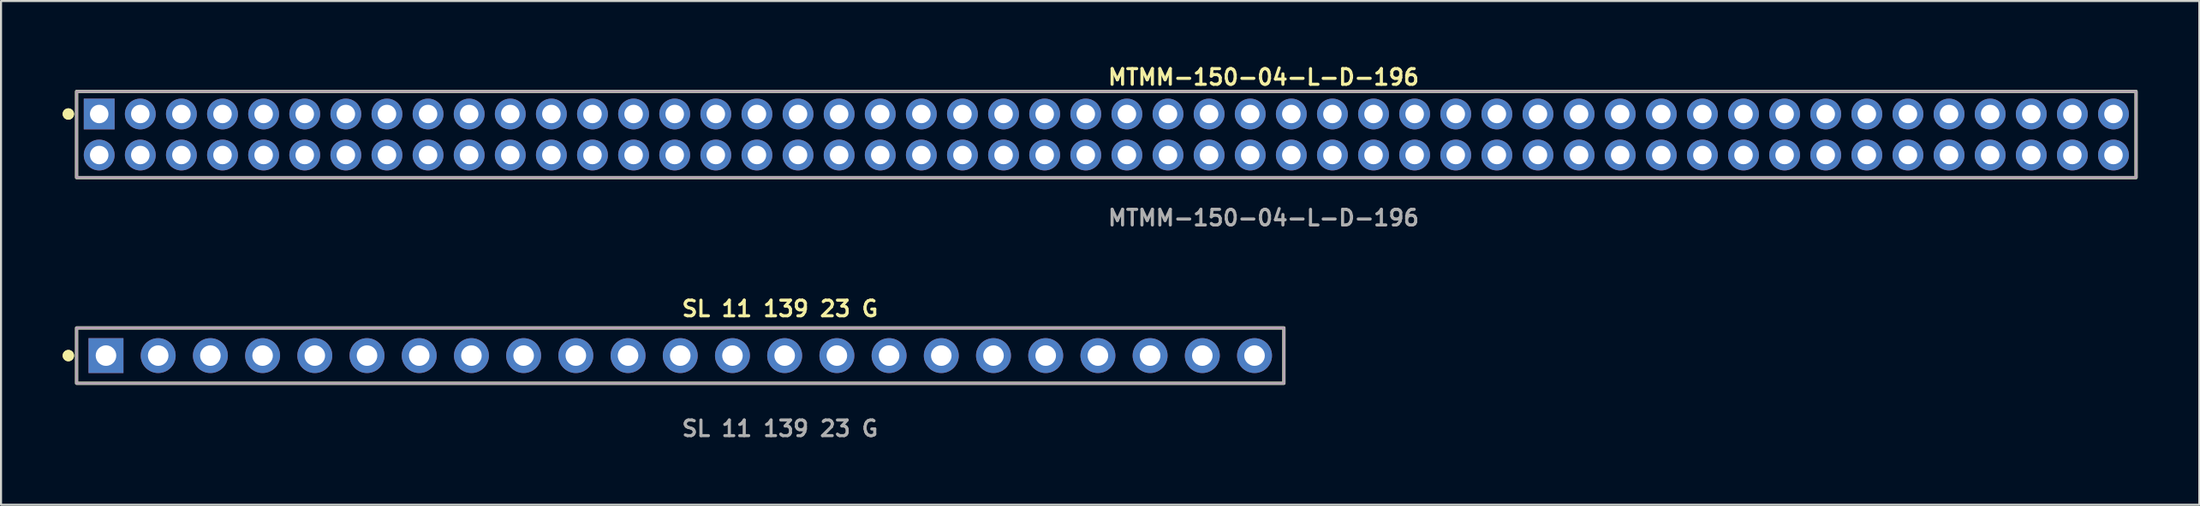
<source format=kicad_pcb>
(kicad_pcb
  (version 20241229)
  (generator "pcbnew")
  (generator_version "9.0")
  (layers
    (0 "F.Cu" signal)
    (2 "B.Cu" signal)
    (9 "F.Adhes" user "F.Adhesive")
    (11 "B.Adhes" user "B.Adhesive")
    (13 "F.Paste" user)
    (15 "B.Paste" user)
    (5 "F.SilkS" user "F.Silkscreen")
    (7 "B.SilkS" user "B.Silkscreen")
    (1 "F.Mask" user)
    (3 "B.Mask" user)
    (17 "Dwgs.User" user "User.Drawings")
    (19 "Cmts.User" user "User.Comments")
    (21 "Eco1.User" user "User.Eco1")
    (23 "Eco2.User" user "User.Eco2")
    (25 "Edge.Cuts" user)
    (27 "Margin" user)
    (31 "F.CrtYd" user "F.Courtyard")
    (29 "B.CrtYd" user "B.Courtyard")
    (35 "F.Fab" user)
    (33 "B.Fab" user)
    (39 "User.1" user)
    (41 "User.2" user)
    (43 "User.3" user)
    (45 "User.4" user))
  (footprint "MTMM-150-04-L-D-196"
    (layer "F.Cu")
    (at 50.776 3.507)
    (property "Reference" "MTMM-150-04-L-D-196" (at 0 -2.794 0) (unlocked yes) (layer "F.SilkS") (effects (font (size 0.762 0.762) (thickness 0.152)) (justify left)))
    (fp_rect (start -50.1 2.1) (end 50.1 -2.1) (stroke (width 0.152) (type solid)) (fill no) (layer "F.SilkS"))
    (fp_circle (center -50.5 -1) (end -50.7 -1) (stroke (width 0.152) (type solid)) (fill yes) (layer "F.SilkS"))
    (fp_circle (center -50.5 -1) (end -50.7 -1) (stroke (width 0.152) (type solid)) (fill yes) (layer "F.SilkS"))
    (fp_rect (start -50.1 2.1) (end 50.1 -2.1) (stroke (width 0.006) (type solid)) (fill no) (layer "F.CrtYd"))
    (fp_rect (start -50.1 2.1) (end 50.1 -2.1) (stroke (width 0.152) (type solid)) (fill no) (layer "F.Fab"))
    (fp_text user "${REFERENCE}" (at 0 4.064 0) (unlocked yes) (layer "F.Fab") (effects (font (size 0.762 0.762) (thickness 0.152)) (justify left)))
    (pad "1" thru_hole rect (at -49 -1) (size 1.5 1.5) (drill 0.9) (layers "*.Cu" "*.Mask"))
    (pad "2" thru_hole circle (at -49 1) (size 1.5 1.5) (drill 0.9) (layers "*.Cu" "*.Mask"))
    (pad "3" thru_hole circle (at -47 -1) (size 1.5 1.5) (drill 0.9) (layers "*.Cu" "*.Mask"))
    (pad "4" thru_hole circle (at -47 1) (size 1.5 1.5) (drill 0.9) (layers "*.Cu" "*.Mask"))
    (pad "5" thru_hole circle (at -45 -1) (size 1.5 1.5) (drill 0.9) (layers "*.Cu" "*.Mask"))
    (pad "6" thru_hole circle (at -45 1) (size 1.5 1.5) (drill 0.9) (layers "*.Cu" "*.Mask"))
    (pad "7" thru_hole circle (at -43 -1) (size 1.5 1.5) (drill 0.9) (layers "*.Cu" "*.Mask"))
    (pad "8" thru_hole circle (at -43 1) (size 1.5 1.5) (drill 0.9) (layers "*.Cu" "*.Mask"))
    (pad "9" thru_hole circle (at -41 -1) (size 1.5 1.5) (drill 0.9) (layers "*.Cu" "*.Mask"))
    (pad "10" thru_hole circle (at -41 1) (size 1.5 1.5) (drill 0.9) (layers "*.Cu" "*.Mask"))
    (pad "11" thru_hole circle (at -39 -1) (size 1.5 1.5) (drill 0.9) (layers "*.Cu" "*.Mask"))
    (pad "12" thru_hole circle (at -39 1) (size 1.5 1.5) (drill 0.9) (layers "*.Cu" "*.Mask"))
    (pad "13" thru_hole circle (at -37 -1) (size 1.5 1.5) (drill 0.9) (layers "*.Cu" "*.Mask"))
    (pad "14" thru_hole circle (at -37 1) (size 1.5 1.5) (drill 0.9) (layers "*.Cu" "*.Mask"))
    (pad "15" thru_hole circle (at -35 -1) (size 1.5 1.5) (drill 0.9) (layers "*.Cu" "*.Mask"))
    (pad "16" thru_hole circle (at -35 1) (size 1.5 1.5) (drill 0.9) (layers "*.Cu" "*.Mask"))
    (pad "17" thru_hole circle (at -33 -1) (size 1.5 1.5) (drill 0.9) (layers "*.Cu" "*.Mask"))
    (pad "18" thru_hole circle (at -33 1) (size 1.5 1.5) (drill 0.9) (layers "*.Cu" "*.Mask"))
    (pad "19" thru_hole circle (at -31 -1) (size 1.5 1.5) (drill 0.9) (layers "*.Cu" "*.Mask"))
    (pad "20" thru_hole circle (at -31 1) (size 1.5 1.5) (drill 0.9) (layers "*.Cu" "*.Mask"))
    (pad "21" thru_hole circle (at -29 -1) (size 1.5 1.5) (drill 0.9) (layers "*.Cu" "*.Mask"))
    (pad "22" thru_hole circle (at -29 1) (size 1.5 1.5) (drill 0.9) (layers "*.Cu" "*.Mask"))
    (pad "23" thru_hole circle (at -27 -1) (size 1.5 1.5) (drill 0.9) (layers "*.Cu" "*.Mask"))
    (pad "24" thru_hole circle (at -27 1) (size 1.5 1.5) (drill 0.9) (layers "*.Cu" "*.Mask"))
    (pad "25" thru_hole circle (at -25 -1) (size 1.5 1.5) (drill 0.9) (layers "*.Cu" "*.Mask"))
    (pad "26" thru_hole circle (at -25 1) (size 1.5 1.5) (drill 0.9) (layers "*.Cu" "*.Mask"))
    (pad "27" thru_hole circle (at -23 -1) (size 1.5 1.5) (drill 0.9) (layers "*.Cu" "*.Mask"))
    (pad "28" thru_hole circle (at -23 1) (size 1.5 1.5) (drill 0.9) (layers "*.Cu" "*.Mask"))
    (pad "29" thru_hole circle (at -21 -1) (size 1.5 1.5) (drill 0.9) (layers "*.Cu" "*.Mask"))
    (pad "30" thru_hole circle (at -21 1) (size 1.5 1.5) (drill 0.9) (layers "*.Cu" "*.Mask"))
    (pad "31" thru_hole circle (at -19 -1) (size 1.5 1.5) (drill 0.9) (layers "*.Cu" "*.Mask"))
    (pad "32" thru_hole circle (at -19 1) (size 1.5 1.5) (drill 0.9) (layers "*.Cu" "*.Mask"))
    (pad "33" thru_hole circle (at -17 -1) (size 1.5 1.5) (drill 0.9) (layers "*.Cu" "*.Mask"))
    (pad "34" thru_hole circle (at -17 1) (size 1.5 1.5) (drill 0.9) (layers "*.Cu" "*.Mask"))
    (pad "35" thru_hole circle (at -15 -1) (size 1.5 1.5) (drill 0.9) (layers "*.Cu" "*.Mask"))
    (pad "36" thru_hole circle (at -15 1) (size 1.5 1.5) (drill 0.9) (layers "*.Cu" "*.Mask"))
    (pad "37" thru_hole circle (at -13 -1) (size 1.5 1.5) (drill 0.9) (layers "*.Cu" "*.Mask"))
    (pad "38" thru_hole circle (at -13 1) (size 1.5 1.5) (drill 0.9) (layers "*.Cu" "*.Mask"))
    (pad "39" thru_hole circle (at -11 -1) (size 1.5 1.5) (drill 0.9) (layers "*.Cu" "*.Mask"))
    (pad "40" thru_hole circle (at -11 1) (size 1.5 1.5) (drill 0.9) (layers "*.Cu" "*.Mask"))
    (pad "41" thru_hole circle (at -9 -1) (size 1.5 1.5) (drill 0.9) (layers "*.Cu" "*.Mask"))
    (pad "42" thru_hole circle (at -9 1) (size 1.5 1.5) (drill 0.9) (layers "*.Cu" "*.Mask"))
    (pad "43" thru_hole circle (at -7 -1) (size 1.5 1.5) (drill 0.9) (layers "*.Cu" "*.Mask"))
    (pad "44" thru_hole circle (at -7 1) (size 1.5 1.5) (drill 0.9) (layers "*.Cu" "*.Mask"))
    (pad "45" thru_hole circle (at -5 -1) (size 1.5 1.5) (drill 0.9) (layers "*.Cu" "*.Mask"))
    (pad "46" thru_hole circle (at -5 1) (size 1.5 1.5) (drill 0.9) (layers "*.Cu" "*.Mask"))
    (pad "47" thru_hole circle (at -3 -1) (size 1.5 1.5) (drill 0.9) (layers "*.Cu" "*.Mask"))
    (pad "48" thru_hole circle (at -3 1) (size 1.5 1.5) (drill 0.9) (layers "*.Cu" "*.Mask"))
    (pad "49" thru_hole circle (at -1 -1) (size 1.5 1.5) (drill 0.9) (layers "*.Cu" "*.Mask"))
    (pad "50" thru_hole circle (at -1 1) (size 1.5 1.5) (drill 0.9) (layers "*.Cu" "*.Mask"))
    (pad "51" thru_hole circle (at 1 -1) (size 1.5 1.5) (drill 0.9) (layers "*.Cu" "*.Mask"))
    (pad "52" thru_hole circle (at 1 1) (size 1.5 1.5) (drill 0.9) (layers "*.Cu" "*.Mask"))
    (pad "53" thru_hole circle (at 3 -1) (size 1.5 1.5) (drill 0.9) (layers "*.Cu" "*.Mask"))
    (pad "54" thru_hole circle (at 3 1) (size 1.5 1.5) (drill 0.9) (layers "*.Cu" "*.Mask"))
    (pad "55" thru_hole circle (at 5 -1) (size 1.5 1.5) (drill 0.9) (layers "*.Cu" "*.Mask"))
    (pad "56" thru_hole circle (at 5 1) (size 1.5 1.5) (drill 0.9) (layers "*.Cu" "*.Mask"))
    (pad "57" thru_hole circle (at 7 -1) (size 1.5 1.5) (drill 0.9) (layers "*.Cu" "*.Mask"))
    (pad "58" thru_hole circle (at 7 1) (size 1.5 1.5) (drill 0.9) (layers "*.Cu" "*.Mask"))
    (pad "59" thru_hole circle (at 9 -1) (size 1.5 1.5) (drill 0.9) (layers "*.Cu" "*.Mask"))
    (pad "60" thru_hole circle (at 9 1) (size 1.5 1.5) (drill 0.9) (layers "*.Cu" "*.Mask"))
    (pad "61" thru_hole circle (at 11 -1) (size 1.5 1.5) (drill 0.9) (layers "*.Cu" "*.Mask"))
    (pad "62" thru_hole circle (at 11 1) (size 1.5 1.5) (drill 0.9) (layers "*.Cu" "*.Mask"))
    (pad "63" thru_hole circle (at 13 -1) (size 1.5 1.5) (drill 0.9) (layers "*.Cu" "*.Mask"))
    (pad "64" thru_hole circle (at 13 1) (size 1.5 1.5) (drill 0.9) (layers "*.Cu" "*.Mask"))
    (pad "65" thru_hole circle (at 15 -1) (size 1.5 1.5) (drill 0.9) (layers "*.Cu" "*.Mask"))
    (pad "66" thru_hole circle (at 15 1) (size 1.5 1.5) (drill 0.9) (layers "*.Cu" "*.Mask"))
    (pad "67" thru_hole circle (at 17 -1) (size 1.5 1.5) (drill 0.9) (layers "*.Cu" "*.Mask"))
    (pad "68" thru_hole circle (at 17 1) (size 1.5 1.5) (drill 0.9) (layers "*.Cu" "*.Mask"))
    (pad "69" thru_hole circle (at 19 -1) (size 1.5 1.5) (drill 0.9) (layers "*.Cu" "*.Mask"))
    (pad "70" thru_hole circle (at 19 1) (size 1.5 1.5) (drill 0.9) (layers "*.Cu" "*.Mask"))
    (pad "71" thru_hole circle (at 21 -1) (size 1.5 1.5) (drill 0.9) (layers "*.Cu" "*.Mask"))
    (pad "72" thru_hole circle (at 21 1) (size 1.5 1.5) (drill 0.9) (layers "*.Cu" "*.Mask"))
    (pad "73" thru_hole circle (at 23 -1) (size 1.5 1.5) (drill 0.9) (layers "*.Cu" "*.Mask"))
    (pad "74" thru_hole circle (at 23 1) (size 1.5 1.5) (drill 0.9) (layers "*.Cu" "*.Mask"))
    (pad "75" thru_hole circle (at 25 -1) (size 1.5 1.5) (drill 0.9) (layers "*.Cu" "*.Mask"))
    (pad "76" thru_hole circle (at 25 1) (size 1.5 1.5) (drill 0.9) (layers "*.Cu" "*.Mask"))
    (pad "77" thru_hole circle (at 27 -1) (size 1.5 1.5) (drill 0.9) (layers "*.Cu" "*.Mask"))
    (pad "78" thru_hole circle (at 27 1) (size 1.5 1.5) (drill 0.9) (layers "*.Cu" "*.Mask"))
    (pad "79" thru_hole circle (at 29 -1) (size 1.5 1.5) (drill 0.9) (layers "*.Cu" "*.Mask"))
    (pad "80" thru_hole circle (at 29 1) (size 1.5 1.5) (drill 0.9) (layers "*.Cu" "*.Mask"))
    (pad "81" thru_hole circle (at 31 -1) (size 1.5 1.5) (drill 0.9) (layers "*.Cu" "*.Mask"))
    (pad "82" thru_hole circle (at 31 1) (size 1.5 1.5) (drill 0.9) (layers "*.Cu" "*.Mask"))
    (pad "83" thru_hole circle (at 33 -1) (size 1.5 1.5) (drill 0.9) (layers "*.Cu" "*.Mask"))
    (pad "84" thru_hole circle (at 33 1) (size 1.5 1.5) (drill 0.9) (layers "*.Cu" "*.Mask"))
    (pad "85" thru_hole circle (at 35 -1) (size 1.5 1.5) (drill 0.9) (layers "*.Cu" "*.Mask"))
    (pad "86" thru_hole circle (at 35 1) (size 1.5 1.5) (drill 0.9) (layers "*.Cu" "*.Mask"))
    (pad "87" thru_hole circle (at 37 -1) (size 1.5 1.5) (drill 0.9) (layers "*.Cu" "*.Mask"))
    (pad "88" thru_hole circle (at 37 1) (size 1.5 1.5) (drill 0.9) (layers "*.Cu" "*.Mask"))
    (pad "89" thru_hole circle (at 39 -1) (size 1.5 1.5) (drill 0.9) (layers "*.Cu" "*.Mask"))
    (pad "90" thru_hole circle (at 39 1) (size 1.5 1.5) (drill 0.9) (layers "*.Cu" "*.Mask"))
    (pad "91" thru_hole circle (at 41 -1) (size 1.5 1.5) (drill 0.9) (layers "*.Cu" "*.Mask"))
    (pad "92" thru_hole circle (at 41 1) (size 1.5 1.5) (drill 0.9) (layers "*.Cu" "*.Mask"))
    (pad "93" thru_hole circle (at 43 -1) (size 1.5 1.5) (drill 0.9) (layers "*.Cu" "*.Mask"))
    (pad "94" thru_hole circle (at 43 1) (size 1.5 1.5) (drill 0.9) (layers "*.Cu" "*.Mask"))
    (pad "95" thru_hole circle (at 45 -1) (size 1.5 1.5) (drill 0.9) (layers "*.Cu" "*.Mask"))
    (pad "96" thru_hole circle (at 45 1) (size 1.5 1.5) (drill 0.9) (layers "*.Cu" "*.Mask"))
    (pad "97" thru_hole circle (at 47 -1) (size 1.5 1.5) (drill 0.9) (layers "*.Cu" "*.Mask"))
    (pad "98" thru_hole circle (at 47 1) (size 1.5 1.5) (drill 0.9) (layers "*.Cu" "*.Mask"))
    (pad "99" thru_hole circle (at 49 -1) (size 1.5 1.5) (drill 0.9) (layers "*.Cu" "*.Mask"))
    (pad "100" thru_hole circle (at 49 1) (size 1.5 1.5) (drill 0.9) (layers "*.Cu" "*.Mask")))
  (footprint "SL 11 139 23 G"
    (layer "F.Cu")
    (at 30.046 14.284)
    (property "Reference" "SL 11 139 23 G" (at 0 -2.286 0) (unlocked yes) (layer "F.SilkS") (effects (font (size 0.762 0.762) (thickness 0.152)) (justify left)))
    (fp_rect (start -29.37 1.35) (end 29.37 -1.35) (stroke (width 0.152) (type solid)) (fill no) (layer "F.SilkS"))
    (fp_circle (center -29.77 0) (end -29.97 0) (stroke (width 0.152) (type solid)) (fill yes) (layer "F.SilkS"))
    (fp_circle (center -29.77 0) (end -29.97 0) (stroke (width 0.152) (type solid)) (fill yes) (layer "F.SilkS"))
    (fp_rect (start -29.37 1.35) (end 29.37 -1.35) (stroke (width 0.006) (type solid)) (fill no) (layer "F.CrtYd"))
    (fp_rect (start -29.37 1.35) (end 29.37 -1.35) (stroke (width 0.152) (type solid)) (fill no) (layer "F.Fab"))
    (fp_text user "${REFERENCE}" (at 0 3.556 0) (unlocked yes) (layer "F.Fab") (effects (font (size 0.762 0.762) (thickness 0.152)) (justify left)))
    (pad "1" thru_hole rect (at -27.94 0) (size 1.7 1.7) (drill 1) (layers "*.Cu" "*.Mask"))
    (pad "2" thru_hole circle (at -25.4 0) (size 1.7 1.7) (drill 1) (layers "*.Cu" "*.Mask"))
    (pad "3" thru_hole circle (at -22.86 0) (size 1.7 1.7) (drill 1) (layers "*.Cu" "*.Mask"))
    (pad "4" thru_hole circle (at -20.32 0) (size 1.7 1.7) (drill 1) (layers "*.Cu" "*.Mask"))
    (pad "5" thru_hole circle (at -17.78 0) (size 1.7 1.7) (drill 1) (layers "*.Cu" "*.Mask"))
    (pad "6" thru_hole circle (at -15.24 0) (size 1.7 1.7) (drill 1) (layers "*.Cu" "*.Mask"))
    (pad "7" thru_hole circle (at -12.7 0) (size 1.7 1.7) (drill 1) (layers "*.Cu" "*.Mask"))
    (pad "8" thru_hole circle (at -10.16 0) (size 1.7 1.7) (drill 1) (layers "*.Cu" "*.Mask"))
    (pad "9" thru_hole circle (at -7.62 0) (size 1.7 1.7) (drill 1) (layers "*.Cu" "*.Mask"))
    (pad "10" thru_hole circle (at -5.08 0) (size 1.7 1.7) (drill 1) (layers "*.Cu" "*.Mask"))
    (pad "11" thru_hole circle (at -2.54 0) (size 1.7 1.7) (drill 1) (layers "*.Cu" "*.Mask"))
    (pad "12" thru_hole circle (at 0 0) (size 1.7 1.7) (drill 1) (layers "*.Cu" "*.Mask"))
    (pad "13" thru_hole circle (at 2.54 0) (size 1.7 1.7) (drill 1) (layers "*.Cu" "*.Mask"))
    (pad "14" thru_hole circle (at 5.08 0) (size 1.7 1.7) (drill 1) (layers "*.Cu" "*.Mask"))
    (pad "15" thru_hole circle (at 7.62 0) (size 1.7 1.7) (drill 1) (layers "*.Cu" "*.Mask"))
    (pad "16" thru_hole circle (at 10.16 0) (size 1.7 1.7) (drill 1) (layers "*.Cu" "*.Mask"))
    (pad "17" thru_hole circle (at 12.7 0) (size 1.7 1.7) (drill 1) (layers "*.Cu" "*.Mask"))
    (pad "18" thru_hole circle (at 15.24 0) (size 1.7 1.7) (drill 1) (layers "*.Cu" "*.Mask"))
    (pad "19" thru_hole circle (at 17.78 0) (size 1.7 1.7) (drill 1) (layers "*.Cu" "*.Mask"))
    (pad "20" thru_hole circle (at 20.32 0) (size 1.7 1.7) (drill 1) (layers "*.Cu" "*.Mask"))
    (pad "21" thru_hole circle (at 22.86 0) (size 1.7 1.7) (drill 1) (layers "*.Cu" "*.Mask"))
    (pad "22" thru_hole circle (at 25.4 0) (size 1.7 1.7) (drill 1) (layers "*.Cu" "*.Mask"))
    (pad "23" thru_hole circle (at 27.94 0) (size 1.7 1.7) (drill 1) (layers "*.Cu" "*.Mask")))
  (gr_rect
    (start -3 -3)
    (end 103.952 21.553)
    (stroke (width 0.1) (type default))
    (fill no)
    (layer "Edge.Cuts")))
</source>
